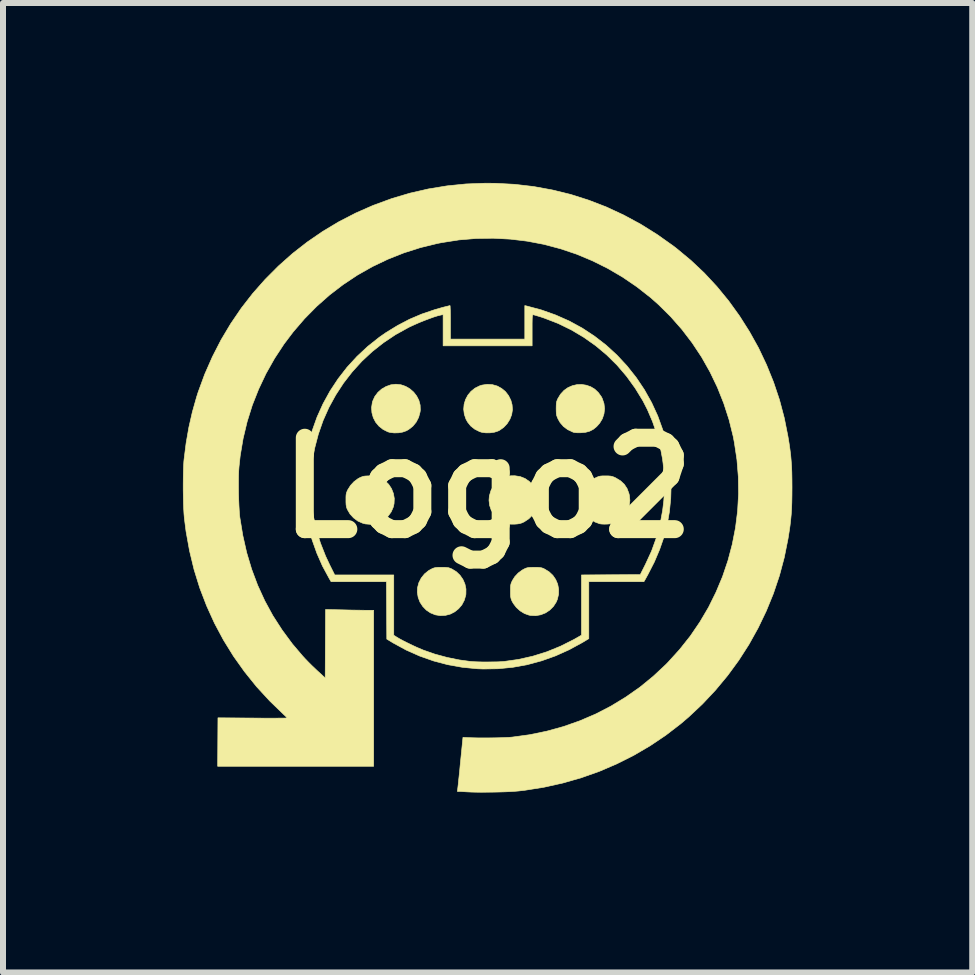
<source format=kicad_pcb>
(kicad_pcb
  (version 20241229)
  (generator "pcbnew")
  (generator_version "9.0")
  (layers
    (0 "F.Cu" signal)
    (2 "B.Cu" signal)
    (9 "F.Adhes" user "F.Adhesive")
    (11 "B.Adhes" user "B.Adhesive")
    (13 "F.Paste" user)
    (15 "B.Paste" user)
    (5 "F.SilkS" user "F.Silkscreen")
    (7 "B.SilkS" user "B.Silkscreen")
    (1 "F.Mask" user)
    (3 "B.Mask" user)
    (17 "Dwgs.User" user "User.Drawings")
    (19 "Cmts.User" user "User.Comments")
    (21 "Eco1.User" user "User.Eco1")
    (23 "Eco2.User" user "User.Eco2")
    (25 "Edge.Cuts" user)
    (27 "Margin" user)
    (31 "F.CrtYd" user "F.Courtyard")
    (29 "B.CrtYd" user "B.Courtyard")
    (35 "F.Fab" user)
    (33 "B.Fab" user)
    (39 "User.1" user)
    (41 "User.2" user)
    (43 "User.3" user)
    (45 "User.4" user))
  (footprint "Logo2"
    (layer "F.Cu")
    (at 5.08 5.083)
    (property "Reference" "Logo2" (at 0 0 0) (layer "F.SilkS") (effects (font (size 1.524 1.524) (thickness 0.3))))
    (attr through_hole)
    (fp_poly (pts (xy 0.079 -1.72) (xy 0.16 -1.697) (xy 0.233 -1.657) (xy 0.297 -1.604) (xy 0.349 -1.537) (xy 0.388 -1.458) (xy 0.408 -1.384) (xy 0.414 -1.302) (xy 0.401 -1.22) (xy 0.371 -1.142) (xy 0.326 -1.07) (xy 0.268 -1.008) (xy 0.199 -0.959) (xy 0.175 -0.947) (xy 0.114 -0.927) (xy 0.044 -0.917) (xy -0.029 -0.916) (xy -0.096 -0.925) (xy -0.132 -0.936) (xy -0.214 -0.977) (xy -0.281 -1.03) (xy -0.334 -1.096) (xy -0.361 -1.145) (xy -0.389 -1.227) (xy -0.399 -1.31) (xy -0.392 -1.393) (xy -0.368 -1.472) (xy -0.329 -1.545) (xy -0.276 -1.609) (xy -0.211 -1.661) (xy -0.135 -1.699) (xy -0.095 -1.712) (xy -0.007 -1.725) (xy 0.079 -1.72)) (stroke (width 0.01) (type solid)) (fill yes) (layer "F.SilkS"))
    (fp_poly (pts (xy -1.445 -1.718) (xy -1.366 -1.691) (xy -1.295 -1.649) (xy -1.233 -1.595) (xy -1.183 -1.53) (xy -1.146 -1.458) (xy -1.125 -1.379) (xy -1.122 -1.297) (xy -1.126 -1.264) (xy -1.15 -1.175) (xy -1.191 -1.095) (xy -1.247 -1.027) (xy -1.317 -0.972) (xy -1.356 -0.95) (xy -1.416 -0.929) (xy -1.486 -0.917) (xy -1.559 -0.915) (xy -1.626 -0.923) (xy -1.663 -0.933) (xy -1.744 -0.974) (xy -1.812 -1.028) (xy -1.867 -1.094) (xy -1.906 -1.169) (xy -1.929 -1.251) (xy -1.935 -1.337) (xy -1.922 -1.424) (xy -1.915 -1.447) (xy -1.881 -1.522) (xy -1.83 -1.59) (xy -1.767 -1.646) (xy -1.693 -1.689) (xy -1.614 -1.717) (xy -1.531 -1.727) (xy -1.529 -1.727) (xy -1.445 -1.718)) (stroke (width 0.01) (type solid)) (fill yes) (layer "F.SilkS"))
    (fp_poly (pts (xy -0.715 1.326) (xy -0.678 1.329) (xy -0.649 1.333) (xy -0.624 1.342) (xy -0.597 1.353) (xy -0.523 1.398) (xy -0.461 1.457) (xy -0.412 1.527) (xy -0.378 1.605) (xy -0.361 1.687) (xy -0.362 1.771) (xy -0.364 1.788) (xy -0.389 1.875) (xy -0.429 1.951) (xy -0.484 2.016) (xy -0.549 2.068) (xy -0.623 2.106) (xy -0.704 2.127) (xy -0.79 2.131) (xy -0.872 2.118) (xy -0.952 2.086) (xy -1.023 2.038) (xy -1.082 1.977) (xy -1.128 1.906) (xy -1.158 1.827) (xy -1.172 1.742) (xy -1.169 1.667) (xy -1.147 1.583) (xy -1.107 1.505) (xy -1.052 1.436) (xy -0.983 1.38) (xy -0.94 1.356) (xy -0.911 1.342) (xy -0.886 1.334) (xy -0.859 1.329) (xy -0.824 1.326) (xy -0.776 1.326) (xy -0.767 1.326) (xy -0.715 1.326)) (stroke (width 0.01) (type solid)) (fill yes) (layer "F.SilkS"))
    (fp_poly (pts (xy 1.644 -1.711) (xy 1.719 -1.685) (xy 1.787 -1.644) (xy 1.847 -1.587) (xy 1.897 -1.517) (xy 1.911 -1.489) (xy 1.94 -1.405) (xy 1.95 -1.319) (xy 1.94 -1.233) (xy 1.913 -1.152) (xy 1.867 -1.076) (xy 1.818 -1.021) (xy 1.76 -0.974) (xy 1.699 -0.943) (xy 1.632 -0.925) (xy 1.554 -0.918) (xy 1.489 -0.918) (xy 1.441 -0.923) (xy 1.422 -0.929) (xy 1.335 -0.97) (xy 1.265 -1.022) (xy 1.209 -1.087) (xy 1.175 -1.146) (xy 1.161 -1.179) (xy 1.151 -1.206) (xy 1.146 -1.234) (xy 1.144 -1.269) (xy 1.143 -1.318) (xy 1.143 -1.321) (xy 1.144 -1.372) (xy 1.146 -1.408) (xy 1.151 -1.437) (xy 1.161 -1.464) (xy 1.17 -1.485) (xy 1.216 -1.561) (xy 1.273 -1.623) (xy 1.339 -1.67) (xy 1.412 -1.702) (xy 1.489 -1.72) (xy 1.567 -1.723) (xy 1.644 -1.711)) (stroke (width 0.01) (type solid)) (fill yes) (layer "F.SilkS"))
    (fp_poly (pts (xy 0.543 -0.187) (xy 0.624 -0.155) (xy 0.696 -0.105) (xy 0.756 -0.039) (xy 0.794 0.022) (xy 0.809 0.052) (xy 0.819 0.076) (xy 0.825 0.101) (xy 0.827 0.133) (xy 0.828 0.176) (xy 0.828 0.198) (xy 0.828 0.249) (xy 0.826 0.286) (xy 0.821 0.314) (xy 0.813 0.34) (xy 0.8 0.369) (xy 0.797 0.376) (xy 0.75 0.452) (xy 0.687 0.516) (xy 0.612 0.566) (xy 0.604 0.57) (xy 0.566 0.587) (xy 0.532 0.597) (xy 0.494 0.603) (xy 0.45 0.606) (xy 0.387 0.606) (xy 0.339 0.601) (xy 0.32 0.596) (xy 0.236 0.558) (xy 0.163 0.507) (xy 0.104 0.444) (xy 0.06 0.372) (xy 0.033 0.293) (xy 0.023 0.209) (xy 0.029 0.136) (xy 0.055 0.047) (xy 0.097 -0.031) (xy 0.152 -0.096) (xy 0.22 -0.146) (xy 0.298 -0.182) (xy 0.385 -0.2) (xy 0.453 -0.201) (xy 0.543 -0.187)) (stroke (width 0.01) (type solid)) (fill yes) (layer "F.SilkS"))
    (fp_poly (pts (xy 2.014 -0.198) (xy 2.05 -0.195) (xy 2.078 -0.189) (xy 2.106 -0.179) (xy 2.134 -0.166) (xy 2.214 -0.118) (xy 2.278 -0.059) (xy 2.325 0.012) (xy 2.356 0.095) (xy 2.363 0.123) (xy 2.372 0.211) (xy 2.361 0.297) (xy 2.333 0.377) (xy 2.289 0.45) (xy 2.229 0.513) (xy 2.156 0.562) (xy 2.139 0.571) (xy 2.095 0.589) (xy 2.055 0.599) (xy 2.008 0.604) (xy 1.988 0.605) (xy 1.944 0.606) (xy 1.901 0.604) (xy 1.87 0.6) (xy 1.867 0.599) (xy 1.787 0.569) (xy 1.716 0.524) (xy 1.656 0.465) (xy 1.609 0.396) (xy 1.576 0.319) (xy 1.559 0.238) (xy 1.561 0.155) (xy 1.563 0.141) (xy 1.588 0.051) (xy 1.629 -0.027) (xy 1.686 -0.093) (xy 1.759 -0.146) (xy 1.786 -0.16) (xy 1.823 -0.177) (xy 1.851 -0.189) (xy 1.879 -0.195) (xy 1.912 -0.198) (xy 1.957 -0.198) (xy 1.965 -0.198) (xy 2.014 -0.198)) (stroke (width 0.01) (type solid)) (fill yes) (layer "F.SilkS"))
    (fp_poly (pts (xy -1.911 -0.198) (xy -1.876 -0.196) (xy -1.848 -0.191) (xy -1.822 -0.181) (xy -1.791 -0.167) (xy -1.787 -0.165) (xy -1.711 -0.118) (xy -1.649 -0.057) (xy -1.602 0.015) (xy -1.571 0.094) (xy -1.556 0.178) (xy -1.56 0.265) (xy -1.573 0.322) (xy -1.608 0.402) (xy -1.658 0.471) (xy -1.72 0.528) (xy -1.792 0.571) (xy -1.871 0.598) (xy -1.954 0.609) (xy -2.04 0.602) (xy -2.084 0.59) (xy -2.163 0.555) (xy -2.234 0.502) (xy -2.294 0.437) (xy -2.335 0.367) (xy -2.348 0.338) (xy -2.355 0.311) (xy -2.36 0.28) (xy -2.362 0.239) (xy -2.362 0.203) (xy -2.362 0.154) (xy -2.36 0.118) (xy -2.355 0.091) (xy -2.346 0.065) (xy -2.332 0.034) (xy -2.329 0.029) (xy -2.286 -0.039) (xy -2.229 -0.101) (xy -2.163 -0.151) (xy -2.126 -0.171) (xy -2.097 -0.183) (xy -2.07 -0.192) (xy -2.04 -0.196) (xy -2 -0.198) (xy -1.961 -0.198) (xy -1.911 -0.198)) (stroke (width 0.01) (type solid)) (fill yes) (layer "F.SilkS"))
    (fp_poly (pts (xy 0.829 1.326) (xy 0.866 1.329) (xy 0.895 1.333) (xy 0.921 1.341) (xy 0.947 1.353) (xy 1.024 1.4) (xy 1.087 1.459) (xy 1.135 1.529) (xy 1.168 1.606) (xy 1.184 1.689) (xy 1.183 1.774) (xy 1.163 1.859) (xy 1.144 1.905) (xy 1.097 1.978) (xy 1.036 2.039) (xy 0.965 2.086) (xy 0.886 2.117) (xy 0.802 2.132) (xy 0.716 2.128) (xy 0.687 2.122) (xy 0.614 2.096) (xy 0.544 2.053) (xy 0.481 1.997) (xy 0.431 1.932) (xy 0.408 1.892) (xy 0.396 1.864) (xy 0.388 1.838) (xy 0.383 1.809) (xy 0.381 1.771) (xy 0.381 1.722) (xy 0.381 1.671) (xy 0.383 1.635) (xy 0.388 1.607) (xy 0.396 1.582) (xy 0.409 1.554) (xy 0.411 1.549) (xy 0.453 1.482) (xy 0.51 1.421) (xy 0.576 1.372) (xy 0.605 1.356) (xy 0.633 1.342) (xy 0.659 1.334) (xy 0.686 1.329) (xy 0.72 1.327) (xy 0.769 1.326) (xy 0.777 1.326) (xy 0.829 1.326)) (stroke (width 0.01) (type solid)) (fill yes) (layer "F.SilkS"))
    (fp_poly (pts (xy 0.648 -3.032) (xy 0.895 -2.966) (xy 1.132 -2.882) (xy 1.36 -2.781) (xy 1.577 -2.663) (xy 1.782 -2.528) (xy 1.976 -2.378) (xy 2.157 -2.212) (xy 2.325 -2.031) (xy 2.48 -1.835) (xy 2.614 -1.635) (xy 2.735 -1.419) (xy 2.837 -1.197) (xy 2.92 -0.967) (xy 2.984 -0.731) (xy 3.029 -0.489) (xy 3.054 -0.242) (xy 3.06 -0.051) (xy 3.053 0.178) (xy 3.031 0.398) (xy 2.994 0.612) (xy 2.94 0.821) (xy 2.868 1.028) (xy 2.78 1.236) (xy 2.672 1.447) (xy 2.625 1.532) (xy 2.606 1.565) (xy 2.146 1.565) (xy 1.687 1.565) (xy 1.687 2.515) (xy 1.581 2.579) (xy 1.359 2.7) (xy 1.132 2.802) (xy 0.899 2.885) (xy 0.661 2.949) (xy 0.419 2.993) (xy 0.173 3.017) (xy -0.075 3.021) (xy -0.173 3.017) (xy -0.419 2.993) (xy -0.662 2.95) (xy -0.9 2.887) (xy -1.133 2.805) (xy -1.358 2.705) (xy -1.575 2.587) (xy -1.583 2.582) (xy -1.681 2.522) (xy -1.684 2.043) (xy -1.687 1.565) (xy -2.61 1.565) (xy -2.644 1.506) (xy -2.753 1.305) (xy -2.847 1.091) (xy -2.926 0.869) (xy -2.988 0.642) (xy -3.031 0.413) (xy -3.032 0.406) (xy -3.052 0.227) (xy -3.061 0.038) (xy -2.945 0.038) (xy -2.943 0.139) (xy -2.937 0.226) (xy -2.937 0.23) (xy -2.906 0.466) (xy -2.856 0.695) (xy -2.788 0.919) (xy -2.701 1.14) (xy -2.634 1.283) (xy -2.549 1.453) (xy -1.565 1.453) (xy -1.565 2.458) (xy -1.521 2.486) (xy -1.471 2.516) (xy -1.406 2.551) (xy -1.332 2.588) (xy -1.254 2.626) (xy -1.176 2.662) (xy -1.103 2.693) (xy -1.072 2.706) (xy -0.88 2.773) (xy -0.677 2.828) (xy -0.471 2.87) (xy -0.295 2.894) (xy -0.237 2.899) (xy -0.165 2.902) (xy -0.082 2.904) (xy 0.004 2.904) (xy 0.09 2.903) (xy 0.17 2.902) (xy 0.238 2.898) (xy 0.276 2.895) (xy 0.517 2.861) (xy 0.755 2.807) (xy 0.988 2.734) (xy 1.216 2.641) (xy 1.437 2.53) (xy 1.474 2.509) (xy 1.565 2.457) (xy 1.565 1.453) (xy 2.055 1.45) (xy 2.545 1.448) (xy 2.632 1.275) (xy 2.733 1.056) (xy 2.813 0.834) (xy 2.875 0.608) (xy 2.918 0.376) (xy 2.937 0.219) (xy 2.943 0.132) (xy 2.945 0.03) (xy 2.945 -0.081) (xy 2.941 -0.194) (xy 2.935 -0.303) (xy 2.926 -0.404) (xy 2.916 -0.481) (xy 2.876 -0.691) (xy 2.82 -0.9) (xy 2.749 -1.106) (xy 2.665 -1.302) (xy 2.59 -1.449) (xy 2.461 -1.66) (xy 2.317 -1.859) (xy 2.159 -2.044) (xy 1.987 -2.214) (xy 1.802 -2.369) (xy 1.604 -2.509) (xy 1.395 -2.633) (xy 1.176 -2.74) (xy 0.946 -2.829) (xy 0.887 -2.849) (xy 0.84 -2.863) (xy 0.8 -2.875) (xy 0.771 -2.883) (xy 0.757 -2.885) (xy 0.752 -2.883) (xy 0.749 -2.875) (xy 0.746 -2.859) (xy 0.744 -2.833) (xy 0.743 -2.794) (xy 0.742 -2.74) (xy 0.742 -2.669) (xy 0.742 -2.626) (xy 0.742 -2.367) (xy -0.742 -2.367) (xy -0.742 -2.888) (xy -0.777 -2.881) (xy -0.828 -2.869) (xy -0.893 -2.849) (xy -0.968 -2.822) (xy -1.05 -2.791) (xy -1.135 -2.757) (xy -1.219 -2.72) (xy -1.298 -2.684) (xy -1.323 -2.671) (xy -1.535 -2.554) (xy -1.735 -2.42) (xy -1.923 -2.272) (xy -2.097 -2.11) (xy -2.257 -1.934) (xy -2.402 -1.747) (xy -2.532 -1.548) (xy -2.646 -1.34) (xy -2.743 -1.122) (xy -2.822 -0.896) (xy -2.883 -0.663) (xy -2.916 -0.481) (xy -2.927 -0.395) (xy -2.935 -0.294) (xy -2.941 -0.185) (xy -2.945 -0.072) (xy -2.945 0.038) (xy -3.061 0.038) (xy -3.061 0.038) (xy -3.06 -0.155) (xy -3.048 -0.343) (xy -3.034 -0.469) (xy -2.989 -0.712) (xy -2.926 -0.949) (xy -2.844 -1.179) (xy -2.744 -1.401) (xy -2.627 -1.614) (xy -2.493 -1.817) (xy -2.344 -2.009) (xy -2.179 -2.189) (xy -2 -2.356) (xy -1.806 -2.51) (xy -1.697 -2.586) (xy -1.501 -2.706) (xy -1.304 -2.809) (xy -1.1 -2.896) (xy -0.885 -2.969) (xy -0.767 -3.003) (xy -0.718 -3.016) (xy -0.676 -3.026) (xy -0.645 -3.034) (xy -0.629 -3.038) (xy -0.627 -3.038) (xy -0.625 -3.028) (xy -0.624 -3.001) (xy -0.622 -2.958) (xy -0.621 -2.903) (xy -0.62 -2.838) (xy -0.62 -2.765) (xy -0.62 -2.758) (xy -0.62 -2.479) (xy 0.62 -2.479) (xy 0.62 -3.038) (xy 0.648 -3.032)) (stroke (width 0.01) (type solid)) (fill yes) (layer "F.SilkS"))
    (fp_poly (pts (xy 0.127 -5.077) (xy 0.449 -5.06) (xy 0.767 -5.023) (xy 1.079 -4.966) (xy 1.386 -4.891) (xy 1.687 -4.795) (xy 1.982 -4.681) (xy 2.27 -4.547) (xy 2.553 -4.394) (xy 2.828 -4.222) (xy 3.096 -4.032) (xy 3.153 -3.988) (xy 3.389 -3.792) (xy 3.613 -3.581) (xy 3.823 -3.355) (xy 4.019 -3.116) (xy 4.2 -2.865) (xy 4.366 -2.603) (xy 4.517 -2.332) (xy 4.65 -2.051) (xy 4.767 -1.762) (xy 4.866 -1.467) (xy 4.946 -1.165) (xy 5.007 -0.859) (xy 5.007 -0.859) (xy 5.026 -0.744) (xy 5.041 -0.64) (xy 5.053 -0.544) (xy 5.061 -0.451) (xy 5.068 -0.356) (xy 5.072 -0.255) (xy 5.074 -0.142) (xy 5.075 -0.015) (xy 5.075 0) (xy 5.074 0.13) (xy 5.072 0.244) (xy 5.068 0.347) (xy 5.062 0.443) (xy 5.053 0.537) (xy 5.042 0.632) (xy 5.027 0.734) (xy 5.009 0.847) (xy 5.008 0.853) (xy 4.946 1.162) (xy 4.865 1.465) (xy 4.765 1.763) (xy 4.646 2.054) (xy 4.51 2.337) (xy 4.357 2.612) (xy 4.187 2.877) (xy 4.001 3.131) (xy 3.799 3.374) (xy 3.583 3.604) (xy 3.352 3.821) (xy 3.221 3.933) (xy 2.97 4.126) (xy 2.708 4.302) (xy 2.436 4.461) (xy 2.153 4.603) (xy 1.862 4.728) (xy 1.562 4.834) (xy 1.255 4.922) (xy 0.941 4.992) (xy 0.621 5.043) (xy 0.518 5.055) (xy 0.458 5.06) (xy 0.381 5.065) (xy 0.293 5.069) (xy 0.196 5.072) (xy 0.095 5.074) (xy -0.006 5.075) (xy -0.104 5.076) (xy -0.195 5.075) (xy -0.274 5.073) (xy -0.338 5.07) (xy -0.356 5.069) (xy -0.404 5.066) (xy -0.446 5.063) (xy -0.476 5.063) (xy -0.49 5.064) (xy -0.503 5.063) (xy -0.503 5.049) (xy -0.502 5.044) (xy -0.5 5.029) (xy -0.496 4.996) (xy -0.49 4.947) (xy -0.484 4.885) (xy -0.476 4.812) (xy -0.467 4.729) (xy -0.459 4.64) (xy -0.454 4.59) (xy -0.411 4.161) (xy -0.31 4.166) (xy -0.241 4.168) (xy -0.161 4.17) (xy -0.072 4.17) (xy 0.022 4.17) (xy 0.115 4.169) (xy 0.204 4.167) (xy 0.285 4.164) (xy 0.354 4.161) (xy 0.406 4.157) (xy 0.699 4.117) (xy 0.985 4.058) (xy 1.264 3.981) (xy 1.537 3.885) (xy 1.801 3.772) (xy 2.056 3.64) (xy 2.301 3.491) (xy 2.537 3.326) (xy 2.761 3.143) (xy 2.973 2.945) (xy 3.007 2.91) (xy 3.201 2.696) (xy 3.379 2.472) (xy 3.539 2.237) (xy 3.683 1.993) (xy 3.808 1.74) (xy 3.917 1.48) (xy 4.007 1.214) (xy 4.079 0.942) (xy 4.133 0.666) (xy 4.168 0.385) (xy 4.184 0.102) (xy 4.18 -0.183) (xy 4.157 -0.468) (xy 4.114 -0.754) (xy 4.094 -0.859) (xy 4.025 -1.137) (xy 3.937 -1.409) (xy 3.831 -1.675) (xy 3.708 -1.931) (xy 3.568 -2.179) (xy 3.411 -2.416) (xy 3.239 -2.641) (xy 3.052 -2.854) (xy 2.851 -3.053) (xy 2.718 -3.171) (xy 2.488 -3.351) (xy 2.249 -3.514) (xy 2.001 -3.659) (xy 1.745 -3.786) (xy 1.482 -3.896) (xy 1.213 -3.986) (xy 0.939 -4.059) (xy 0.66 -4.112) (xy 0.378 -4.146) (xy 0.094 -4.161) (xy -0.192 -4.157) (xy -0.479 -4.133) (xy -0.765 -4.088) (xy -0.837 -4.074) (xy -1.12 -4.005) (xy -1.396 -3.917) (xy -1.663 -3.811) (xy -1.921 -3.688) (xy -2.17 -3.547) (xy -2.408 -3.389) (xy -2.635 -3.215) (xy -2.85 -3.025) (xy -3.053 -2.819) (xy -3.242 -2.599) (xy -3.394 -2.398) (xy -3.553 -2.156) (xy -3.695 -1.904) (xy -3.818 -1.644) (xy -3.924 -1.376) (xy -4.01 -1.101) (xy -4.077 -0.82) (xy -4.125 -0.535) (xy -4.145 -0.35) (xy -4.15 -0.282) (xy -4.153 -0.2) (xy -4.154 -0.107) (xy -4.154 -0.007) (xy -4.153 0.096) (xy -4.15 0.198) (xy -4.146 0.295) (xy -4.141 0.382) (xy -4.136 0.455) (xy -4.131 0.495) (xy -4.082 0.794) (xy -4.017 1.082) (xy -3.934 1.359) (xy -3.834 1.625) (xy -3.716 1.883) (xy -3.581 2.131) (xy -3.427 2.37) (xy -3.256 2.602) (xy -3.088 2.8) (xy -3.042 2.85) (xy -2.987 2.907) (xy -2.928 2.966) (xy -2.87 3.021) (xy -2.845 3.045) (xy -2.708 3.171) (xy -2.705 2.6) (xy -2.702 2.029) (xy -2.421 2.035) (xy -2.339 2.037) (xy -2.258 2.039) (xy -2.18 2.04) (xy -2.111 2.041) (xy -2.054 2.042) (xy -2.019 2.042) (xy -1.9 2.042) (xy -1.9 4.643) (xy -4.501 4.643) (xy -4.496 3.835) (xy -3.919 3.839) (xy -3.813 3.84) (xy -3.713 3.841) (xy -3.622 3.841) (xy -3.54 3.841) (xy -3.47 3.84) (xy -3.413 3.84) (xy -3.372 3.839) (xy -3.348 3.838) (xy -3.343 3.837) (xy -3.35 3.828) (xy -3.368 3.809) (xy -3.394 3.785) (xy -3.396 3.783) (xy -3.632 3.555) (xy -3.852 3.316) (xy -4.053 3.066) (xy -4.238 2.806) (xy -4.405 2.536) (xy -4.554 2.257) (xy -4.685 1.968) (xy -4.799 1.671) (xy -4.894 1.365) (xy -4.97 1.05) (xy -5.028 0.728) (xy -5.056 0.508) (xy -5.062 0.439) (xy -5.067 0.355) (xy -5.071 0.258) (xy -5.073 0.154) (xy -5.075 0.045) (xy -5.075 -0.065) (xy -5.074 -0.172) (xy -5.072 -0.272) (xy -5.069 -0.361) (xy -5.065 -0.435) (xy -5.062 -0.467) (xy -5.027 -0.745) (xy -4.981 -1.009) (xy -4.923 -1.263) (xy -4.853 -1.511) (xy -4.827 -1.593) (xy -4.717 -1.893) (xy -4.589 -2.184) (xy -4.445 -2.465) (xy -4.284 -2.735) (xy -4.107 -2.995) (xy -3.915 -3.242) (xy -3.708 -3.476) (xy -3.488 -3.697) (xy -3.254 -3.905) (xy -3.008 -4.097) (xy -2.749 -4.275) (xy -2.48 -4.436) (xy -2.199 -4.581) (xy -1.908 -4.709) (xy -1.899 -4.712) (xy -1.597 -4.823) (xy -1.293 -4.913) (xy -0.987 -4.983) (xy -0.677 -5.034) (xy -0.362 -5.066) (xy -0.042 -5.078) (xy 0.127 -5.077)) (stroke (width 0.01) (type solid)) (fill yes) (layer "F.SilkS")))
  (gr_rect
    (start -3 -3)
    (end 13.16 13.164)
    (stroke (width 0.1) (type default))
    (fill no)
    (layer "Edge.Cuts")))
</source>
